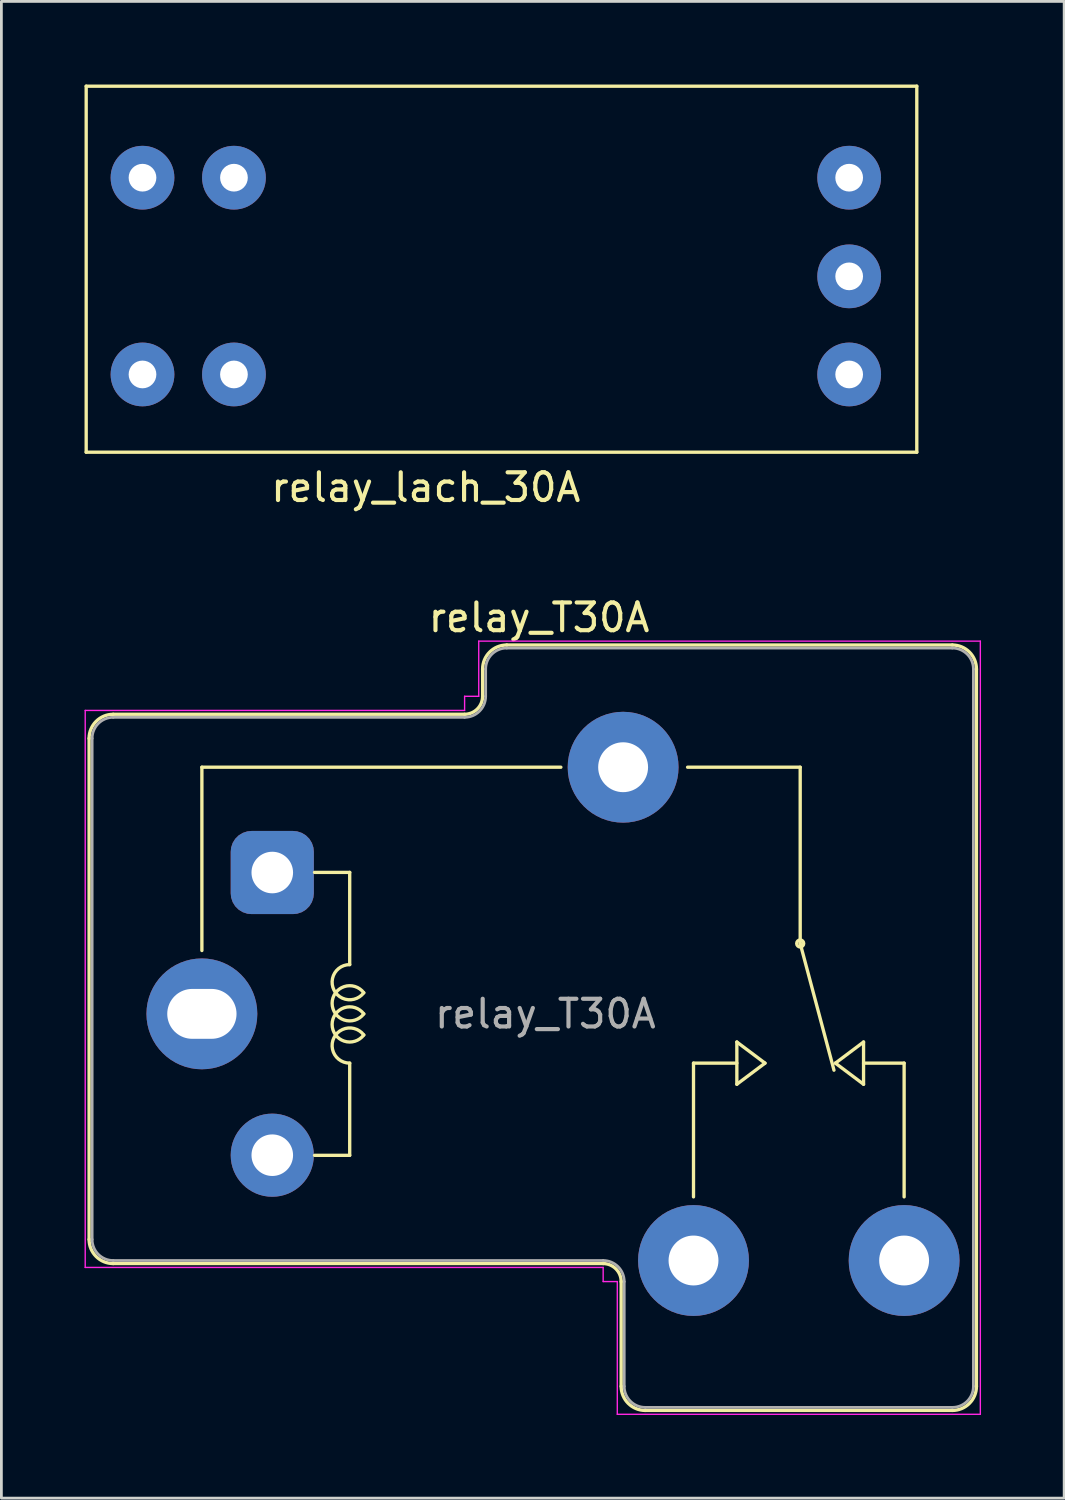
<source format=kicad_pcb>
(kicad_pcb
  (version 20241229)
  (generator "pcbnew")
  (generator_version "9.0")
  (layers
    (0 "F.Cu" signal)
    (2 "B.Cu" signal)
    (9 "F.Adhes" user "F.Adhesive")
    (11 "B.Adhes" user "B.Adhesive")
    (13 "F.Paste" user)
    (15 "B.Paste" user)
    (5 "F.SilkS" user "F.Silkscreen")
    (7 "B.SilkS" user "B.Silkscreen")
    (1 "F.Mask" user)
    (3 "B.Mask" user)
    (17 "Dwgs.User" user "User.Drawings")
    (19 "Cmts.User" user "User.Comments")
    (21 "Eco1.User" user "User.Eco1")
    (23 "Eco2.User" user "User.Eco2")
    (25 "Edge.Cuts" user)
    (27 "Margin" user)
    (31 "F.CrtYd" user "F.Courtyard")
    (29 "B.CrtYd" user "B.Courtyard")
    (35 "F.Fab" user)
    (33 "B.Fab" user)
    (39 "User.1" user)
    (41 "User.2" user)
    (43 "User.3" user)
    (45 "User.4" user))
  (footprint "relay_T30A"
    (layer "F.Cu")
    (at 4.235 33.535)
    (property "Reference" "relay_T30A" (at 12.167 -14.3 0) (layer "F.SilkS") (effects (font (size 1 1) (thickness 0.15))))
    (attr through_hole)
    (fp_line (start -4.07 -9.94) (end -4.07 8.14) (stroke (width 0.12) (type solid)) (layer "F.SilkS"))
    (fp_line (start -3.2 -10.81) (end 9.48 -10.81) (stroke (width 0.12) (type solid)) (layer "F.SilkS"))
    (fp_line (start -3.2 9.01) (end 14.48 9.01) (stroke (width 0.12) (type solid)) (layer "F.SilkS"))
    (fp_line (start 0 -8.9) (end 0 -2.286) (stroke (width 0.12) (type solid)) (layer "F.SilkS"))
    (fp_line (start 0 -8.9) (end 12.954 -8.9) (stroke (width 0.12) (type solid)) (layer "F.SilkS"))
    (fp_line (start 4.064 -5.105) (end 5.334 -5.105) (stroke (width 0.12) (type solid)) (layer "F.SilkS"))
    (fp_line (start 5.334 -1.778) (end 5.334 -5.105) (stroke (width 0.12) (type solid)) (layer "F.SilkS"))
    (fp_line (start 5.334 5.105) (end 4.064 5.105) (stroke (width 0.12) (type solid)) (layer "F.SilkS"))
    (fp_line (start 5.334 5.105) (end 5.334 1.778) (stroke (width 0.12) (type solid)) (layer "F.SilkS"))
    (fp_line (start 10.13 -12.44) (end 10.13 -11.46) (stroke (width 0.12) (type solid)) (layer "F.SilkS"))
    (fp_line (start 11 -13.31) (end 27.08 -13.31) (stroke (width 0.12) (type solid)) (layer "F.SilkS"))
    (fp_line (start 15.13 9.66) (end 15.13 13.44) (stroke (width 0.12) (type solid)) (layer "F.SilkS"))
    (fp_line (start 16 14.31) (end 27.08 14.31) (stroke (width 0.12) (type solid)) (layer "F.SilkS"))
    (fp_line (start 17.74 1.778) (end 19.304 1.778) (stroke (width 0.12) (type solid)) (layer "F.SilkS"))
    (fp_line (start 17.74 6.604) (end 17.74 1.778) (stroke (width 0.12) (type solid)) (layer "F.SilkS"))
    (fp_line (start 19.304 1.016) (end 19.304 2.54) (stroke (width 0.12) (type solid)) (layer "F.SilkS"))
    (fp_line (start 19.304 2.54) (end 20.32 1.778) (stroke (width 0.12) (type solid)) (layer "F.SilkS"))
    (fp_line (start 20.32 1.778) (end 19.304 1.016) (stroke (width 0.12) (type solid)) (layer "F.SilkS"))
    (fp_line (start 21.59 -8.9) (end 17.526 -8.9) (stroke (width 0.12) (type solid)) (layer "F.SilkS"))
    (fp_line (start 21.59 -2.54) (end 21.59 -8.9) (stroke (width 0.12) (type solid)) (layer "F.SilkS"))
    (fp_line (start 21.59 -2.54) (end 22.809 2.032) (stroke (width 0.12) (type solid)) (layer "F.SilkS"))
    (fp_line (start 22.86 1.778) (end 23.876 1.016) (stroke (width 0.12) (type solid)) (layer "F.SilkS"))
    (fp_line (start 23.876 1.778) (end 25.34 1.778) (stroke (width 0.12) (type solid)) (layer "F.SilkS"))
    (fp_line (start 23.876 2.54) (end 22.86 1.778) (stroke (width 0.12) (type solid)) (layer "F.SilkS"))
    (fp_line (start 23.876 2.54) (end 23.876 1.016) (stroke (width 0.12) (type solid)) (layer "F.SilkS"))
    (fp_line (start 25.34 1.778) (end 25.34 6.604) (stroke (width 0.12) (type solid)) (layer "F.SilkS"))
    (fp_line (start 27.95 -12.44) (end 27.95 13.44) (stroke (width 0.12) (type solid)) (layer "F.SilkS"))
    (fp_arc (start -4.07 -9.94) (mid -3.815183 -10.555183) (end -3.2 -10.81) (stroke (width 0.12) (type solid)) (layer "F.SilkS"))
    (fp_arc (start -3.2 9.01) (mid -3.815183 8.755183) (end -4.07 8.14) (stroke (width 0.12) (type solid)) (layer "F.SilkS"))
    (fp_arc (start 5.334002 1.777997) (mid 4.765966 0.859166) (end 5.841802 0.76173) (stroke (width 0.12) (type solid)) (layer "F.SilkS"))
    (fp_arc (start 5.8418 -0.761733) (mid 4.765964 -0.859168) (end 5.334 -1.778) (stroke (width 0.12) (type solid)) (layer "F.SilkS"))
    (fp_arc (start 5.842265 -0.000355) (mid 4.699002 -0.38078) (end 5.842 -0.762001) (stroke (width 0.12) (type solid)) (layer "F.SilkS"))
    (fp_arc (start 5.842266 0.761644) (mid 4.699003 0.381219) (end 5.842001 -0.000002) (stroke (width 0.12) (type solid)) (layer "F.SilkS"))
    (fp_arc (start 10.13 -12.44) (mid 10.384817 -13.055183) (end 11 -13.31) (stroke (width 0.12) (type solid)) (layer "F.SilkS"))
    (fp_arc (start 10.13 -11.46) (mid 9.939619 -11.000381) (end 9.48 -10.81) (stroke (width 0.12) (type solid)) (layer "F.SilkS"))
    (fp_arc (start 14.48 9.01) (mid 14.939619 9.200381) (end 15.13 9.66) (stroke (width 0.12) (type solid)) (layer "F.SilkS"))
    (fp_arc (start 16 14.31) (mid 15.384817 14.055183) (end 15.13 13.44) (stroke (width 0.12) (type solid)) (layer "F.SilkS"))
    (fp_arc (start 27.08 -13.31) (mid 27.695183 -13.055183) (end 27.95 -12.44) (stroke (width 0.12) (type solid)) (layer "F.SilkS"))
    (fp_arc (start 27.95 13.44) (mid 27.695183 14.055183) (end 27.08 14.31) (stroke (width 0.12) (type solid)) (layer "F.SilkS"))
    (fp_circle (center 21.59 -2.54) (end 21.59 -2.413) (stroke (width 0.12) (type solid)) (fill no) (layer "F.SilkS"))
    (fp_line (start -4.21 -10.95) (end -4.21 9.15) (stroke (width 0.05) (type solid)) (layer "F.CrtYd"))
    (fp_line (start -4.21 -10.95) (end 9.48 -10.95) (stroke (width 0.05) (type solid)) (layer "F.CrtYd"))
    (fp_line (start -4.21 9.15) (end 14.48 9.15) (stroke (width 0.05) (type solid)) (layer "F.CrtYd"))
    (fp_line (start 9.48 -11.46) (end 9.48 -10.95) (stroke (width 0.05) (type solid)) (layer "F.CrtYd"))
    (fp_line (start 9.48 -11.46) (end 9.99 -11.46) (stroke (width 0.05) (type solid)) (layer "F.CrtYd"))
    (fp_line (start 9.99 -13.45) (end 9.99 -11.46) (stroke (width 0.05) (type solid)) (layer "F.CrtYd"))
    (fp_line (start 9.99 -13.45) (end 28.09 -13.45) (stroke (width 0.05) (type solid)) (layer "F.CrtYd"))
    (fp_line (start 14.48 9.15) (end 14.48 9.66) (stroke (width 0.05) (type solid)) (layer "F.CrtYd"))
    (fp_line (start 14.48 9.66) (end 14.99 9.66) (stroke (width 0.05) (type solid)) (layer "F.CrtYd"))
    (fp_line (start 14.99 9.66) (end 14.99 14.45) (stroke (width 0.05) (type solid)) (layer "F.CrtYd"))
    (fp_line (start 14.99 14.45) (end 28.09 14.45) (stroke (width 0.05) (type solid)) (layer "F.CrtYd"))
    (fp_line (start 28.09 -13.45) (end 28.09 14.45) (stroke (width 0.05) (type solid)) (layer "F.CrtYd"))
    (fp_line (start -3.96 -9.94) (end -3.96 8.14) (stroke (width 0.1) (type solid)) (layer "F.Fab"))
    (fp_line (start -3.2 -10.7) (end 9.48 -10.7) (stroke (width 0.1) (type solid)) (layer "F.Fab"))
    (fp_line (start -3.2 8.9) (end 14.48 8.9) (stroke (width 0.1) (type solid)) (layer "F.Fab"))
    (fp_line (start 10.24 -12.44) (end 10.24 -11.46) (stroke (width 0.1) (type solid)) (layer "F.Fab"))
    (fp_line (start 11 -13.2) (end 27.08 -13.2) (stroke (width 0.1) (type solid)) (layer "F.Fab"))
    (fp_line (start 15.24 9.66) (end 15.24 13.44) (stroke (width 0.1) (type solid)) (layer "F.Fab"))
    (fp_line (start 16 14.2) (end 27.08 14.2) (stroke (width 0.1) (type solid)) (layer "F.Fab"))
    (fp_line (start 27.84 -12.44) (end 27.84 13.44) (stroke (width 0.1) (type solid)) (layer "F.Fab"))
    (fp_arc (start -3.96 -9.94) (mid -3.737401 -10.477401) (end -3.2 -10.7) (stroke (width 0.1) (type solid)) (layer "F.Fab"))
    (fp_arc (start -3.2 8.9) (mid -3.737401 8.677401) (end -3.96 8.14) (stroke (width 0.1) (type solid)) (layer "F.Fab"))
    (fp_arc (start 10.24 -12.44) (mid 10.462599 -12.977401) (end 11 -13.2) (stroke (width 0.1) (type solid)) (layer "F.Fab"))
    (fp_arc (start 10.24 -11.46) (mid 10.017401 -10.922599) (end 9.48 -10.7) (stroke (width 0.1) (type solid)) (layer "F.Fab"))
    (fp_arc (start 14.48 8.9) (mid 15.017401 9.122599) (end 15.24 9.66) (stroke (width 0.1) (type solid)) (layer "F.Fab"))
    (fp_arc (start 16 14.2) (mid 15.462599 13.977401) (end 15.24 13.44) (stroke (width 0.1) (type solid)) (layer "F.Fab"))
    (fp_arc (start 27.08 -13.2) (mid 27.617401 -12.977401) (end 27.84 -12.44) (stroke (width 0.1) (type solid)) (layer "F.Fab"))
    (fp_arc (start 27.84 13.44) (mid 27.617401 13.977401) (end 27.08 14.2) (stroke (width 0.1) (type solid)) (layer "F.Fab"))
    (fp_text user "${REFERENCE}" (at 12.395 0 0) (layer "F.Fab") (effects (font (size 1 1) (thickness 0.15))))
    (pad "1" thru_hole circle (at 25.34 8.9 180) (size 4 4) (drill 1.8) (layers "*.Cu" "*.Mask"))
    (pad "2" thru_hole roundrect (at 2.54 -5.1 180) (size 3 3) (drill 1.5) (layers "*.Cu" "*.Mask") (roundrect_rratio 0.25))
    (pad "6" thru_hole circle (at 2.54 5.1 180) (size 3 3) (drill 1.5) (layers "*.Cu" "*.Mask"))
    (pad "7" thru_hole circle (at 0 0 180) (size 4 4) (drill oval 2.5 1.8) (layers "*.Cu" "*.Mask"))
    (pad "7" thru_hole circle (at 15.2 -8.9 180) (size 4 4) (drill 1.8) (layers "*.Cu" "*.Mask"))
    (pad "14" thru_hole circle (at 17.74 8.9 180) (size 4 4) (drill 1.8) (layers "*.Cu" "*.Mask")))
  (footprint "relay_lach_30A"
    (layer "F.Cu")
    (at 15.3 7.172)
    (property "Reference" "relay_lach_30A" (at -2.985 7.366 180) (layer "F.SilkS") (effects (font (size 1 1) (thickness 0.15))))
    (attr through_hole)
    (fp_line (start -15.24 -7.112) (end 14.732 -7.112) (stroke (width 0.12) (type solid)) (layer "F.SilkS"))
    (fp_line (start -15.24 6.096) (end -15.24 -7.112) (stroke (width 0.12) (type solid)) (layer "F.SilkS"))
    (fp_line (start 14.732 -7.112) (end 14.732 6.096) (stroke (width 0.12) (type solid)) (layer "F.SilkS"))
    (fp_line (start 14.732 6.096) (end -15.24 6.096) (stroke (width 0.12) (type solid)) (layer "F.SilkS"))
    (pad "1" thru_hole circle (at 12.292 -3.81) (size 2.3 2.3) (drill 1) (layers "*.Cu" "*.Mask"))
    (pad "2" thru_hole circle (at 12.292 -0.25) (size 2.3 2.3) (drill 1) (layers "*.Cu" "*.Mask"))
    (pad "3" thru_hole circle (at 12.292 3.29) (size 2.3 2.3) (drill 1) (layers "*.Cu" "*.Mask"))
    (pad "4" thru_hole circle (at -9.908 -3.81) (size 2.3 2.3) (drill 1) (layers "*.Cu" "*.Mask"))
    (pad "5" thru_hole circle (at -9.908 3.29) (size 2.3 2.3) (drill 1) (layers "*.Cu" "*.Mask"))
    (pad "6" thru_hole circle (at -13.208 -3.81) (size 2.3 2.3) (drill 1) (layers "*.Cu" "*.Mask"))
    (pad "7" thru_hole circle (at -13.208 3.29) (size 2.3 2.3) (drill 1) (layers "*.Cu" "*.Mask")))
  (gr_rect
    (start -3 -3)
    (end 35.35 51.01)
    (stroke (width 0.1) (type default))
    (fill no)
    (layer "Edge.Cuts")))
</source>
